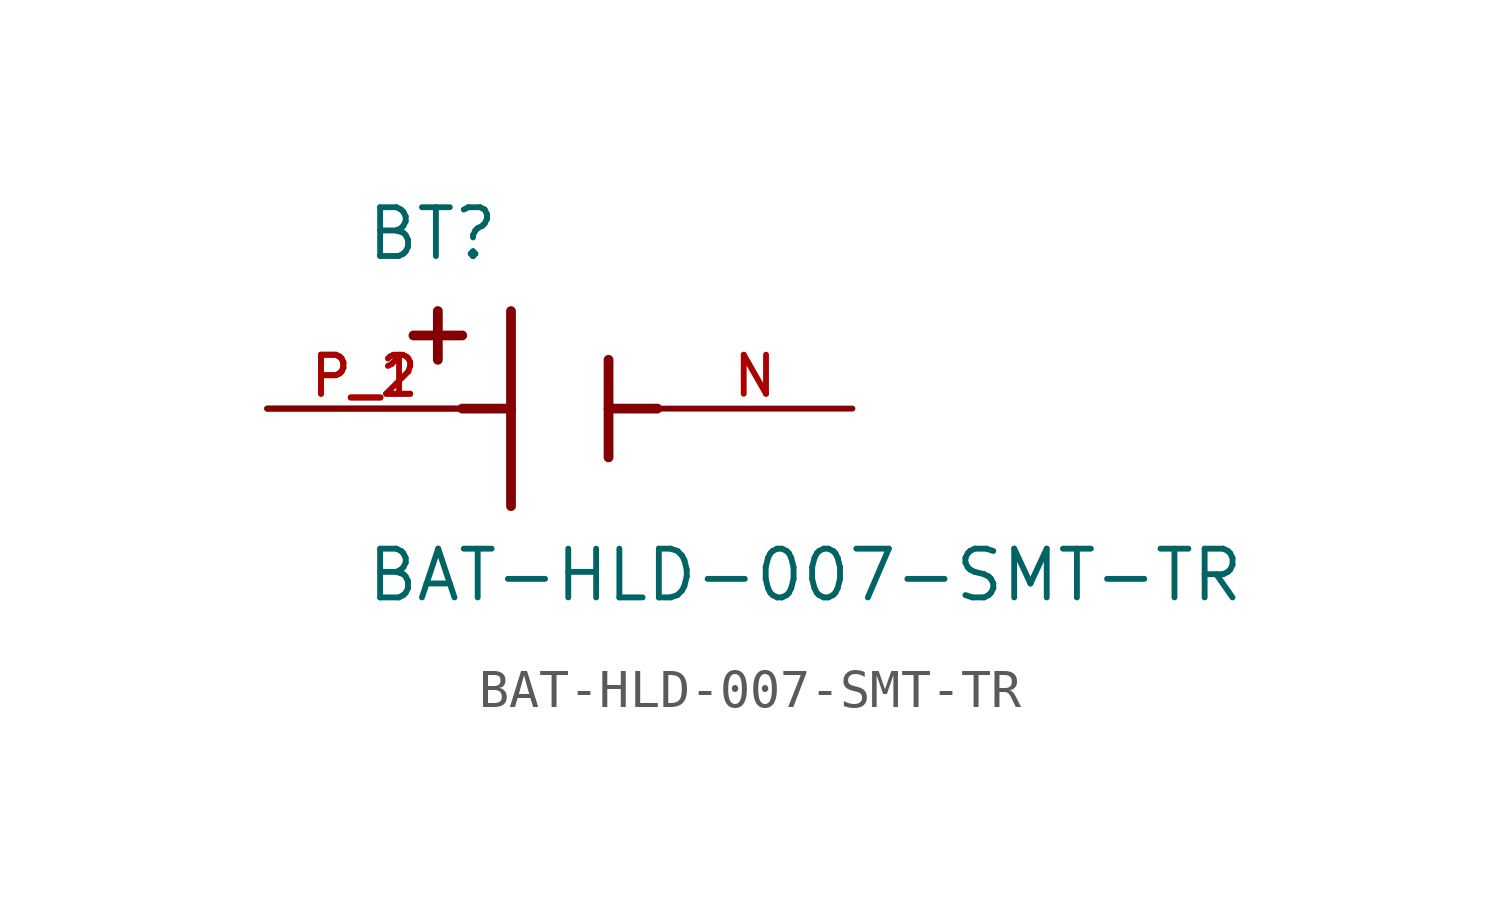
<source format=kicad_sym>
(kicad_symbol_lib
  (version 20211014)
  (generator kicad_symbol_editor)
  (symbol "BAT-HLD-007-SMT-TR"
    (pin_names
      (offset 1.016))
    (property "Reference" "BT"
      (at -5.08 3.81 0)
      (effects (font (size 1.27 1.27)) (justify bottom left)))
    (property "Value" "BAT-HLD-007-SMT-TR"
      (at -5.08 -5.08 0)
      (effects (font (size 1.27 1.27)) (justify bottom left)))
    (symbol "BAT-HLD-007-SMT-TR_0_0"
      (polyline (pts (xy -1.27 2.54) (xy -1.27 -2.54)) (stroke (width 0.254)))
      (polyline (pts (xy 1.27 1.27) (xy 1.27 -1.27)) (stroke (width 0.254)))
      (polyline (pts (xy -1.27 0.0) (xy -2.54 0.0)) (stroke (width 0.254)))
      (polyline (pts (xy 1.27 0.0) (xy 2.54 0.0)) (stroke (width 0.254)))
      (polyline (pts (xy -3.175 2.54) (xy -3.175 1.27)) (stroke (width 0.254)))
      (polyline (pts (xy -3.81 1.905) (xy -2.54 1.905)) (stroke (width 0.254)))
      (pin passive line (at -7.62 0.0 0) (length 5.08) (name "~" (effects (font (size 1.016 1.016)))) (number "P_1" (effects (font (size 1.016 1.016)))))
      (pin passive line (at 7.62 0.0 180.0) (length 5.08) (name "~" (effects (font (size 1.016 1.016)))) (number "N" (effects (font (size 1.016 1.016)))))
      (pin passive line (at -7.62 0.0 0) (length 5.08) (name "~" (effects (font (size 1.016 1.016)))) (number "P_2" (effects (font (size 1.016 1.016))))))))
</source>
